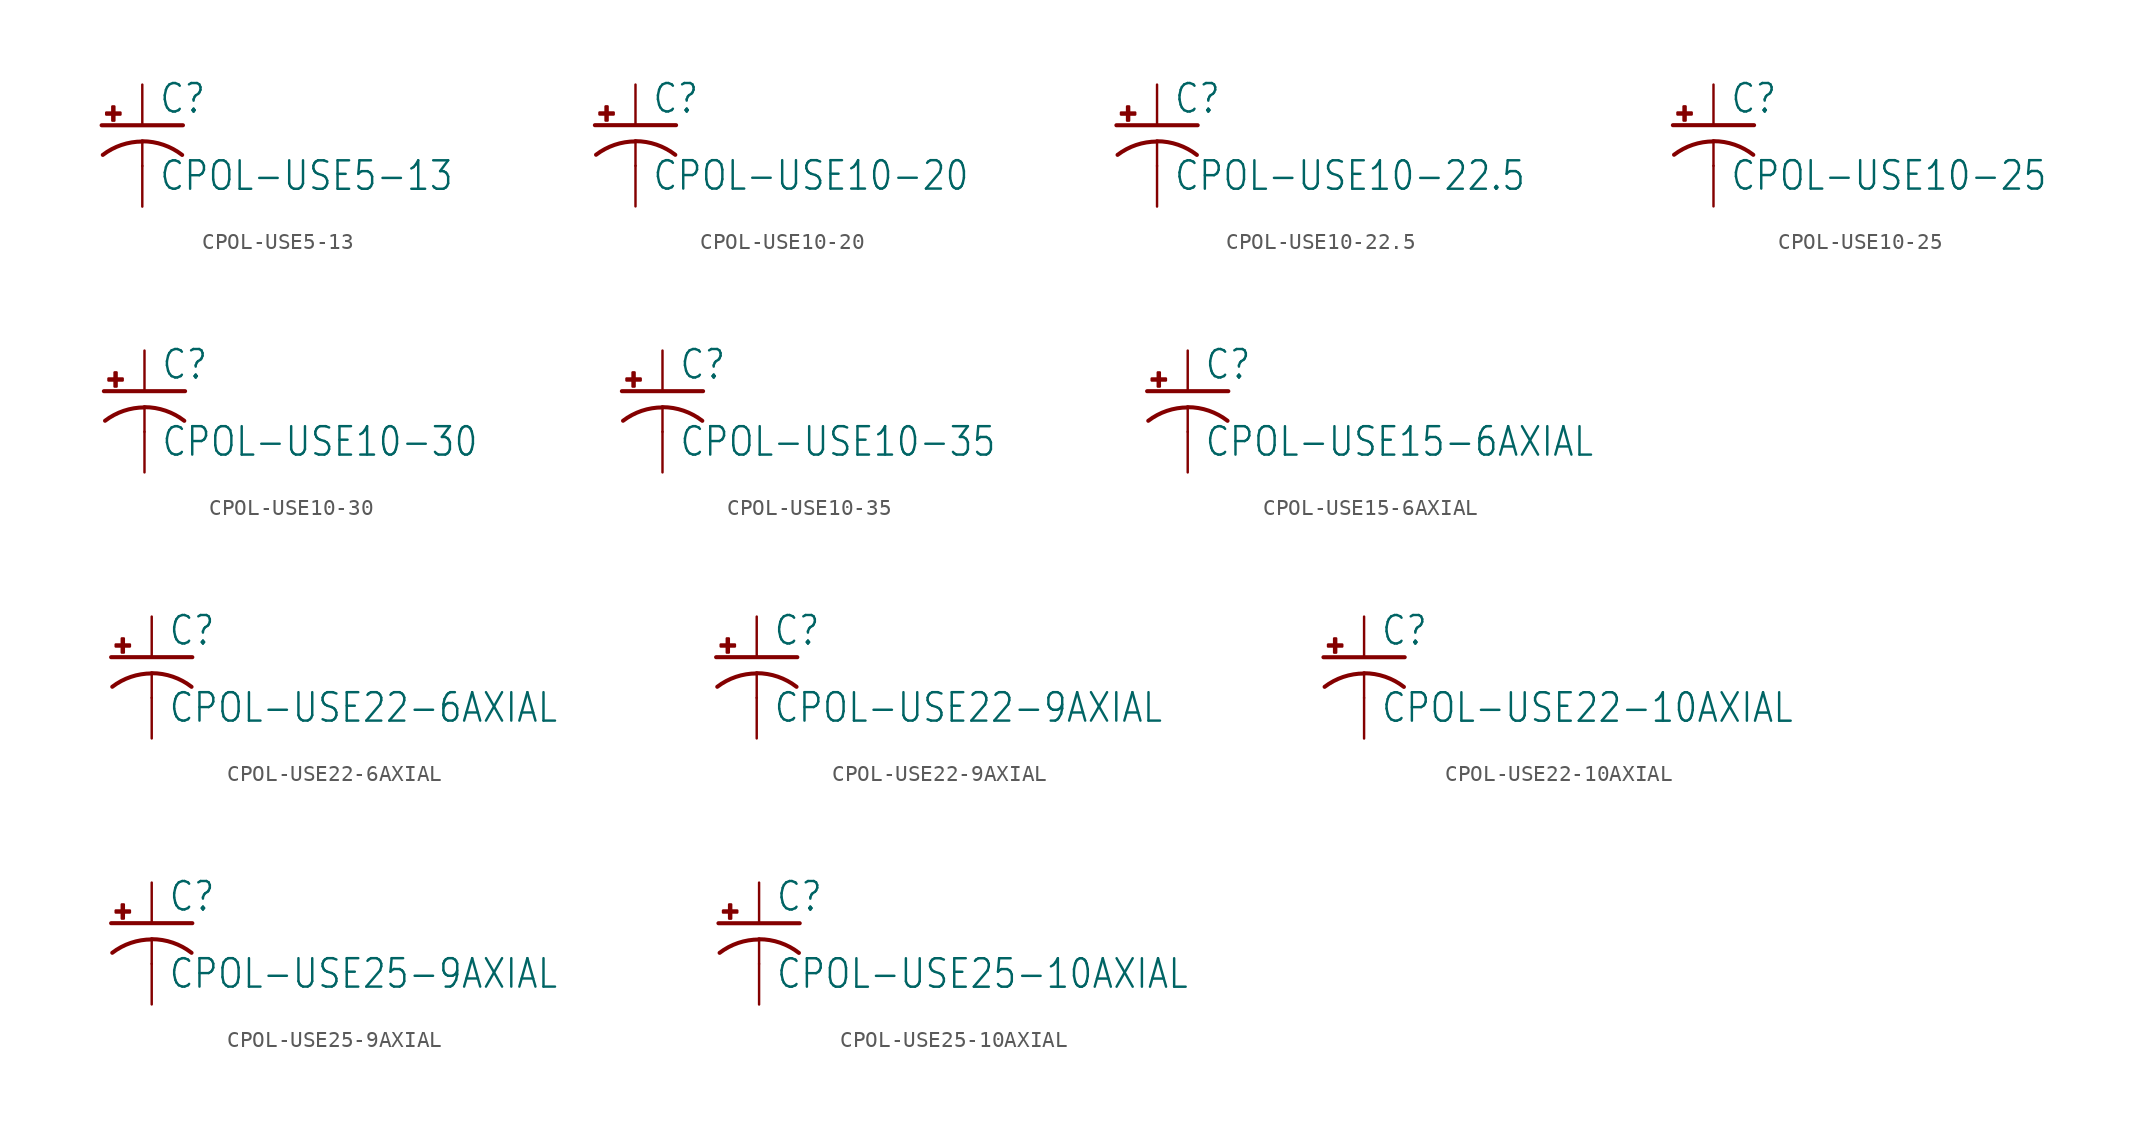
<source format=kicad_sym>
(kicad_symbol_lib
  (version 20220331)
  (generator kicad_symbol_editor)
  (symbol "CPOL-USE5-13"
    (property "Reference" "C"
      (at 1.016 0.635 0)
      (effects (font (size 1.778 1.511)) (justify left bottom)))
    (property "Value" "CPOL-USE5-13"
      (at 1.016 -4.191 0)
      (effects (font (size 1.778 1.511)) (justify left bottom)))
    (property "ki_locked" ""
      (at 0 0 0)
      (effects (font (size 1.27 1.27))))
    (symbol "CPOL-USE5-13_1_0"
      (rectangle (start -2.253 0.668) (end -1.364 0.795) (stroke (width 0) (type default)) (fill (type outline)))
      (rectangle (start -1.872 0.287) (end -1.745 1.176) (stroke (width 0) (type default)) (fill (type outline)))
      (arc (start 0 -1.0161) (mid -1.3021 -1.2302) (end -2.4669 -1.8504) (stroke (width 0.254) (type solid)) (fill (type none)))
      (polyline (pts (xy -2.54 0) (xy 2.54 0)) (stroke (width 0.254) (type solid)) (fill (type none)))
      (polyline (pts (xy 0 -1.016) (xy 0 -2.54)) (stroke (width 0.152) (type solid)) (fill (type none)))
      (arc (start 2.4892 -1.8542) (mid 1.3158 -1.2195) (end 0 -1) (stroke (width 0.254) (type solid)) (fill (type none)))
      (pin passive line (at 0 2.54 270) (length 2.54) (name "+" (effects (font (size 0 0)))) (number "+" (effects (font (size 0 0)))))
      (pin passive line (at 0 -5.08 90) (length 2.54) (name "-" (effects (font (size 0 0)))) (number "-" (effects (font (size 0 0)))))))
  (symbol "CPOL-USE10-20"
    (property "Reference" "C"
      (at 1.016 0.635 0)
      (effects (font (size 1.778 1.511)) (justify left bottom)))
    (property "Value" "CPOL-USE10-20"
      (at 1.016 -4.191 0)
      (effects (font (size 1.778 1.511)) (justify left bottom)))
    (property "ki_locked" ""
      (at 0 0 0)
      (effects (font (size 1.27 1.27))))
    (symbol "CPOL-USE10-20_1_0"
      (rectangle (start -2.253 0.668) (end -1.364 0.795) (stroke (width 0) (type default)) (fill (type outline)))
      (rectangle (start -1.872 0.287) (end -1.745 1.176) (stroke (width 0) (type default)) (fill (type outline)))
      (arc (start 0 -1.0161) (mid -1.3021 -1.2302) (end -2.4669 -1.8504) (stroke (width 0.254) (type solid)) (fill (type none)))
      (polyline (pts (xy -2.54 0) (xy 2.54 0)) (stroke (width 0.254) (type solid)) (fill (type none)))
      (polyline (pts (xy 0 -1.016) (xy 0 -2.54)) (stroke (width 0.152) (type solid)) (fill (type none)))
      (arc (start 2.4892 -1.8542) (mid 1.3158 -1.2195) (end 0 -1) (stroke (width 0.254) (type solid)) (fill (type none)))
      (pin passive line (at 0 2.54 270) (length 2.54) (name "+" (effects (font (size 0 0)))) (number "+" (effects (font (size 0 0)))))
      (pin passive line (at 0 -5.08 90) (length 2.54) (name "-" (effects (font (size 0 0)))) (number "-" (effects (font (size 0 0)))))))
  (symbol "CPOL-USE10-22.5"
    (property "Reference" "C"
      (at 1.016 0.635 0)
      (effects (font (size 1.778 1.511)) (justify left bottom)))
    (property "Value" "CPOL-USE10-22.5"
      (at 1.016 -4.191 0)
      (effects (font (size 1.778 1.511)) (justify left bottom)))
    (property "ki_locked" ""
      (at 0 0 0)
      (effects (font (size 1.27 1.27))))
    (symbol "CPOL-USE10-22.5_1_0"
      (rectangle (start -2.253 0.668) (end -1.364 0.795) (stroke (width 0) (type default)) (fill (type outline)))
      (rectangle (start -1.872 0.287) (end -1.745 1.176) (stroke (width 0) (type default)) (fill (type outline)))
      (arc (start 0 -1.0161) (mid -1.3021 -1.2302) (end -2.4669 -1.8504) (stroke (width 0.254) (type solid)) (fill (type none)))
      (polyline (pts (xy -2.54 0) (xy 2.54 0)) (stroke (width 0.254) (type solid)) (fill (type none)))
      (polyline (pts (xy 0 -1.016) (xy 0 -2.54)) (stroke (width 0.152) (type solid)) (fill (type none)))
      (arc (start 2.4892 -1.8542) (mid 1.3158 -1.2195) (end 0 -1) (stroke (width 0.254) (type solid)) (fill (type none)))
      (pin passive line (at 0 2.54 270) (length 2.54) (name "+" (effects (font (size 0 0)))) (number "+" (effects (font (size 0 0)))))
      (pin passive line (at 0 -5.08 90) (length 2.54) (name "-" (effects (font (size 0 0)))) (number "-" (effects (font (size 0 0)))))))
  (symbol "CPOL-USE10-25"
    (property "Reference" "C"
      (at 1.016 0.635 0)
      (effects (font (size 1.778 1.511)) (justify left bottom)))
    (property "Value" "CPOL-USE10-25"
      (at 1.016 -4.191 0)
      (effects (font (size 1.778 1.511)) (justify left bottom)))
    (property "ki_locked" ""
      (at 0 0 0)
      (effects (font (size 1.27 1.27))))
    (symbol "CPOL-USE10-25_1_0"
      (rectangle (start -2.253 0.668) (end -1.364 0.795) (stroke (width 0) (type default)) (fill (type outline)))
      (rectangle (start -1.872 0.287) (end -1.745 1.176) (stroke (width 0) (type default)) (fill (type outline)))
      (arc (start 0 -1.0161) (mid -1.3021 -1.2302) (end -2.4669 -1.8504) (stroke (width 0.254) (type solid)) (fill (type none)))
      (polyline (pts (xy -2.54 0) (xy 2.54 0)) (stroke (width 0.254) (type solid)) (fill (type none)))
      (polyline (pts (xy 0 -1.016) (xy 0 -2.54)) (stroke (width 0.152) (type solid)) (fill (type none)))
      (arc (start 2.4892 -1.8542) (mid 1.3158 -1.2195) (end 0 -1) (stroke (width 0.254) (type solid)) (fill (type none)))
      (pin passive line (at 0 2.54 270) (length 2.54) (name "+" (effects (font (size 0 0)))) (number "+" (effects (font (size 0 0)))))
      (pin passive line (at 0 -5.08 90) (length 2.54) (name "-" (effects (font (size 0 0)))) (number "-" (effects (font (size 0 0)))))))
  (symbol "CPOL-USE10-30"
    (property "Reference" "C"
      (at 1.016 0.635 0)
      (effects (font (size 1.778 1.511)) (justify left bottom)))
    (property "Value" "CPOL-USE10-30"
      (at 1.016 -4.191 0)
      (effects (font (size 1.778 1.511)) (justify left bottom)))
    (property "ki_locked" ""
      (at 0 0 0)
      (effects (font (size 1.27 1.27))))
    (symbol "CPOL-USE10-30_1_0"
      (rectangle (start -2.253 0.668) (end -1.364 0.795) (stroke (width 0) (type default)) (fill (type outline)))
      (rectangle (start -1.872 0.287) (end -1.745 1.176) (stroke (width 0) (type default)) (fill (type outline)))
      (arc (start 0 -1.0161) (mid -1.3021 -1.2302) (end -2.4669 -1.8504) (stroke (width 0.254) (type solid)) (fill (type none)))
      (polyline (pts (xy -2.54 0) (xy 2.54 0)) (stroke (width 0.254) (type solid)) (fill (type none)))
      (polyline (pts (xy 0 -1.016) (xy 0 -2.54)) (stroke (width 0.152) (type solid)) (fill (type none)))
      (arc (start 2.4892 -1.8542) (mid 1.3158 -1.2195) (end 0 -1) (stroke (width 0.254) (type solid)) (fill (type none)))
      (pin passive line (at 0 2.54 270) (length 2.54) (name "+" (effects (font (size 0 0)))) (number "+" (effects (font (size 0 0)))))
      (pin passive line (at 0 -5.08 90) (length 2.54) (name "-" (effects (font (size 0 0)))) (number "-" (effects (font (size 0 0)))))))
  (symbol "CPOL-USE10-35"
    (property "Reference" "C"
      (at 1.016 0.635 0)
      (effects (font (size 1.778 1.511)) (justify left bottom)))
    (property "Value" "CPOL-USE10-35"
      (at 1.016 -4.191 0)
      (effects (font (size 1.778 1.511)) (justify left bottom)))
    (property "ki_locked" ""
      (at 0 0 0)
      (effects (font (size 1.27 1.27))))
    (symbol "CPOL-USE10-35_1_0"
      (rectangle (start -2.253 0.668) (end -1.364 0.795) (stroke (width 0) (type default)) (fill (type outline)))
      (rectangle (start -1.872 0.287) (end -1.745 1.176) (stroke (width 0) (type default)) (fill (type outline)))
      (arc (start 0 -1.0161) (mid -1.3021 -1.2302) (end -2.4669 -1.8504) (stroke (width 0.254) (type solid)) (fill (type none)))
      (polyline (pts (xy -2.54 0) (xy 2.54 0)) (stroke (width 0.254) (type solid)) (fill (type none)))
      (polyline (pts (xy 0 -1.016) (xy 0 -2.54)) (stroke (width 0.152) (type solid)) (fill (type none)))
      (arc (start 2.4892 -1.8542) (mid 1.3158 -1.2195) (end 0 -1) (stroke (width 0.254) (type solid)) (fill (type none)))
      (pin passive line (at 0 2.54 270) (length 2.54) (name "+" (effects (font (size 0 0)))) (number "+" (effects (font (size 0 0)))))
      (pin passive line (at 0 -5.08 90) (length 2.54) (name "-" (effects (font (size 0 0)))) (number "-" (effects (font (size 0 0)))))))
  (symbol "CPOL-USE15-6AXIAL"
    (property "Reference" "C"
      (at 1.016 0.635 0)
      (effects (font (size 1.778 1.511)) (justify left bottom)))
    (property "Value" "CPOL-USE15-6AXIAL"
      (at 1.016 -4.191 0)
      (effects (font (size 1.778 1.511)) (justify left bottom)))
    (property "ki_locked" ""
      (at 0 0 0)
      (effects (font (size 1.27 1.27))))
    (symbol "CPOL-USE15-6AXIAL_1_0"
      (rectangle (start -2.253 0.668) (end -1.364 0.795) (stroke (width 0) (type default)) (fill (type outline)))
      (rectangle (start -1.872 0.287) (end -1.745 1.176) (stroke (width 0) (type default)) (fill (type outline)))
      (arc (start 0 -1.0161) (mid -1.3021 -1.2302) (end -2.4669 -1.8504) (stroke (width 0.254) (type solid)) (fill (type none)))
      (polyline (pts (xy -2.54 0) (xy 2.54 0)) (stroke (width 0.254) (type solid)) (fill (type none)))
      (polyline (pts (xy 0 -1.016) (xy 0 -2.54)) (stroke (width 0.152) (type solid)) (fill (type none)))
      (arc (start 2.4892 -1.8542) (mid 1.3158 -1.2195) (end 0 -1) (stroke (width 0.254) (type solid)) (fill (type none)))
      (pin passive line (at 0 2.54 270) (length 2.54) (name "+" (effects (font (size 0 0)))) (number "+" (effects (font (size 0 0)))))
      (pin passive line (at 0 -5.08 90) (length 2.54) (name "-" (effects (font (size 0 0)))) (number "-" (effects (font (size 0 0)))))))
  (symbol "CPOL-USE22-6AXIAL"
    (property "Reference" "C"
      (at 1.016 0.635 0)
      (effects (font (size 1.778 1.511)) (justify left bottom)))
    (property "Value" "CPOL-USE22-6AXIAL"
      (at 1.016 -4.191 0)
      (effects (font (size 1.778 1.511)) (justify left bottom)))
    (property "ki_locked" ""
      (at 0 0 0)
      (effects (font (size 1.27 1.27))))
    (symbol "CPOL-USE22-6AXIAL_1_0"
      (rectangle (start -2.253 0.668) (end -1.364 0.795) (stroke (width 0) (type default)) (fill (type outline)))
      (rectangle (start -1.872 0.287) (end -1.745 1.176) (stroke (width 0) (type default)) (fill (type outline)))
      (arc (start 0 -1.0161) (mid -1.3021 -1.2302) (end -2.4669 -1.8504) (stroke (width 0.254) (type solid)) (fill (type none)))
      (polyline (pts (xy -2.54 0) (xy 2.54 0)) (stroke (width 0.254) (type solid)) (fill (type none)))
      (polyline (pts (xy 0 -1.016) (xy 0 -2.54)) (stroke (width 0.152) (type solid)) (fill (type none)))
      (arc (start 2.4892 -1.8542) (mid 1.3158 -1.2195) (end 0 -1) (stroke (width 0.254) (type solid)) (fill (type none)))
      (pin passive line (at 0 2.54 270) (length 2.54) (name "+" (effects (font (size 0 0)))) (number "+" (effects (font (size 0 0)))))
      (pin passive line (at 0 -5.08 90) (length 2.54) (name "-" (effects (font (size 0 0)))) (number "-" (effects (font (size 0 0)))))))
  (symbol "CPOL-USE22-9AXIAL"
    (property "Reference" "C"
      (at 1.016 0.635 0)
      (effects (font (size 1.778 1.511)) (justify left bottom)))
    (property "Value" "CPOL-USE22-9AXIAL"
      (at 1.016 -4.191 0)
      (effects (font (size 1.778 1.511)) (justify left bottom)))
    (property "ki_locked" ""
      (at 0 0 0)
      (effects (font (size 1.27 1.27))))
    (symbol "CPOL-USE22-9AXIAL_1_0"
      (rectangle (start -2.253 0.668) (end -1.364 0.795) (stroke (width 0) (type default)) (fill (type outline)))
      (rectangle (start -1.872 0.287) (end -1.745 1.176) (stroke (width 0) (type default)) (fill (type outline)))
      (arc (start 0 -1.0161) (mid -1.3021 -1.2302) (end -2.4669 -1.8504) (stroke (width 0.254) (type solid)) (fill (type none)))
      (polyline (pts (xy -2.54 0) (xy 2.54 0)) (stroke (width 0.254) (type solid)) (fill (type none)))
      (polyline (pts (xy 0 -1.016) (xy 0 -2.54)) (stroke (width 0.152) (type solid)) (fill (type none)))
      (arc (start 2.4892 -1.8542) (mid 1.3158 -1.2195) (end 0 -1) (stroke (width 0.254) (type solid)) (fill (type none)))
      (pin passive line (at 0 2.54 270) (length 2.54) (name "+" (effects (font (size 0 0)))) (number "+" (effects (font (size 0 0)))))
      (pin passive line (at 0 -5.08 90) (length 2.54) (name "-" (effects (font (size 0 0)))) (number "-" (effects (font (size 0 0)))))))
  (symbol "CPOL-USE22-10AXIAL"
    (property "Reference" "C"
      (at 1.016 0.635 0)
      (effects (font (size 1.778 1.511)) (justify left bottom)))
    (property "Value" "CPOL-USE22-10AXIAL"
      (at 1.016 -4.191 0)
      (effects (font (size 1.778 1.511)) (justify left bottom)))
    (property "ki_locked" ""
      (at 0 0 0)
      (effects (font (size 1.27 1.27))))
    (symbol "CPOL-USE22-10AXIAL_1_0"
      (rectangle (start -2.253 0.668) (end -1.364 0.795) (stroke (width 0) (type default)) (fill (type outline)))
      (rectangle (start -1.872 0.287) (end -1.745 1.176) (stroke (width 0) (type default)) (fill (type outline)))
      (arc (start 0 -1.0161) (mid -1.3021 -1.2302) (end -2.4669 -1.8504) (stroke (width 0.254) (type solid)) (fill (type none)))
      (polyline (pts (xy -2.54 0) (xy 2.54 0)) (stroke (width 0.254) (type solid)) (fill (type none)))
      (polyline (pts (xy 0 -1.016) (xy 0 -2.54)) (stroke (width 0.152) (type solid)) (fill (type none)))
      (arc (start 2.4892 -1.8542) (mid 1.3158 -1.2195) (end 0 -1) (stroke (width 0.254) (type solid)) (fill (type none)))
      (pin passive line (at 0 2.54 270) (length 2.54) (name "+" (effects (font (size 0 0)))) (number "+" (effects (font (size 0 0)))))
      (pin passive line (at 0 -5.08 90) (length 2.54) (name "-" (effects (font (size 0 0)))) (number "-" (effects (font (size 0 0)))))))
  (symbol "CPOL-USE25-9AXIAL"
    (property "Reference" "C"
      (at 1.016 0.635 0)
      (effects (font (size 1.778 1.511)) (justify left bottom)))
    (property "Value" "CPOL-USE25-9AXIAL"
      (at 1.016 -4.191 0)
      (effects (font (size 1.778 1.511)) (justify left bottom)))
    (property "ki_locked" ""
      (at 0 0 0)
      (effects (font (size 1.27 1.27))))
    (symbol "CPOL-USE25-9AXIAL_1_0"
      (rectangle (start -2.253 0.668) (end -1.364 0.795) (stroke (width 0) (type default)) (fill (type outline)))
      (rectangle (start -1.872 0.287) (end -1.745 1.176) (stroke (width 0) (type default)) (fill (type outline)))
      (arc (start 0 -1.0161) (mid -1.3021 -1.2302) (end -2.4669 -1.8504) (stroke (width 0.254) (type solid)) (fill (type none)))
      (polyline (pts (xy -2.54 0) (xy 2.54 0)) (stroke (width 0.254) (type solid)) (fill (type none)))
      (polyline (pts (xy 0 -1.016) (xy 0 -2.54)) (stroke (width 0.152) (type solid)) (fill (type none)))
      (arc (start 2.4892 -1.8542) (mid 1.3158 -1.2195) (end 0 -1) (stroke (width 0.254) (type solid)) (fill (type none)))
      (pin passive line (at 0 2.54 270) (length 2.54) (name "+" (effects (font (size 0 0)))) (number "+" (effects (font (size 0 0)))))
      (pin passive line (at 0 -5.08 90) (length 2.54) (name "-" (effects (font (size 0 0)))) (number "-" (effects (font (size 0 0)))))))
  (symbol "CPOL-USE25-10AXIAL"
    (property "Reference" "C"
      (at 1.016 0.635 0)
      (effects (font (size 1.778 1.511)) (justify left bottom)))
    (property "Value" "CPOL-USE25-10AXIAL"
      (at 1.016 -4.191 0)
      (effects (font (size 1.778 1.511)) (justify left bottom)))
    (property "ki_locked" ""
      (at 0 0 0)
      (effects (font (size 1.27 1.27))))
    (symbol "CPOL-USE25-10AXIAL_1_0"
      (rectangle (start -2.253 0.668) (end -1.364 0.795) (stroke (width 0) (type default)) (fill (type outline)))
      (rectangle (start -1.872 0.287) (end -1.745 1.176) (stroke (width 0) (type default)) (fill (type outline)))
      (arc (start 0 -1.0161) (mid -1.3021 -1.2302) (end -2.4669 -1.8504) (stroke (width 0.254) (type solid)) (fill (type none)))
      (polyline (pts (xy -2.54 0) (xy 2.54 0)) (stroke (width 0.254) (type solid)) (fill (type none)))
      (polyline (pts (xy 0 -1.016) (xy 0 -2.54)) (stroke (width 0.152) (type solid)) (fill (type none)))
      (arc (start 2.4892 -1.8542) (mid 1.3158 -1.2195) (end 0 -1) (stroke (width 0.254) (type solid)) (fill (type none)))
      (pin passive line (at 0 2.54 270) (length 2.54) (name "+" (effects (font (size 0 0)))) (number "+" (effects (font (size 0 0)))))
      (pin passive line (at 0 -5.08 90) (length 2.54) (name "-" (effects (font (size 0 0)))) (number "-" (effects (font (size 0 0))))))))
</source>
